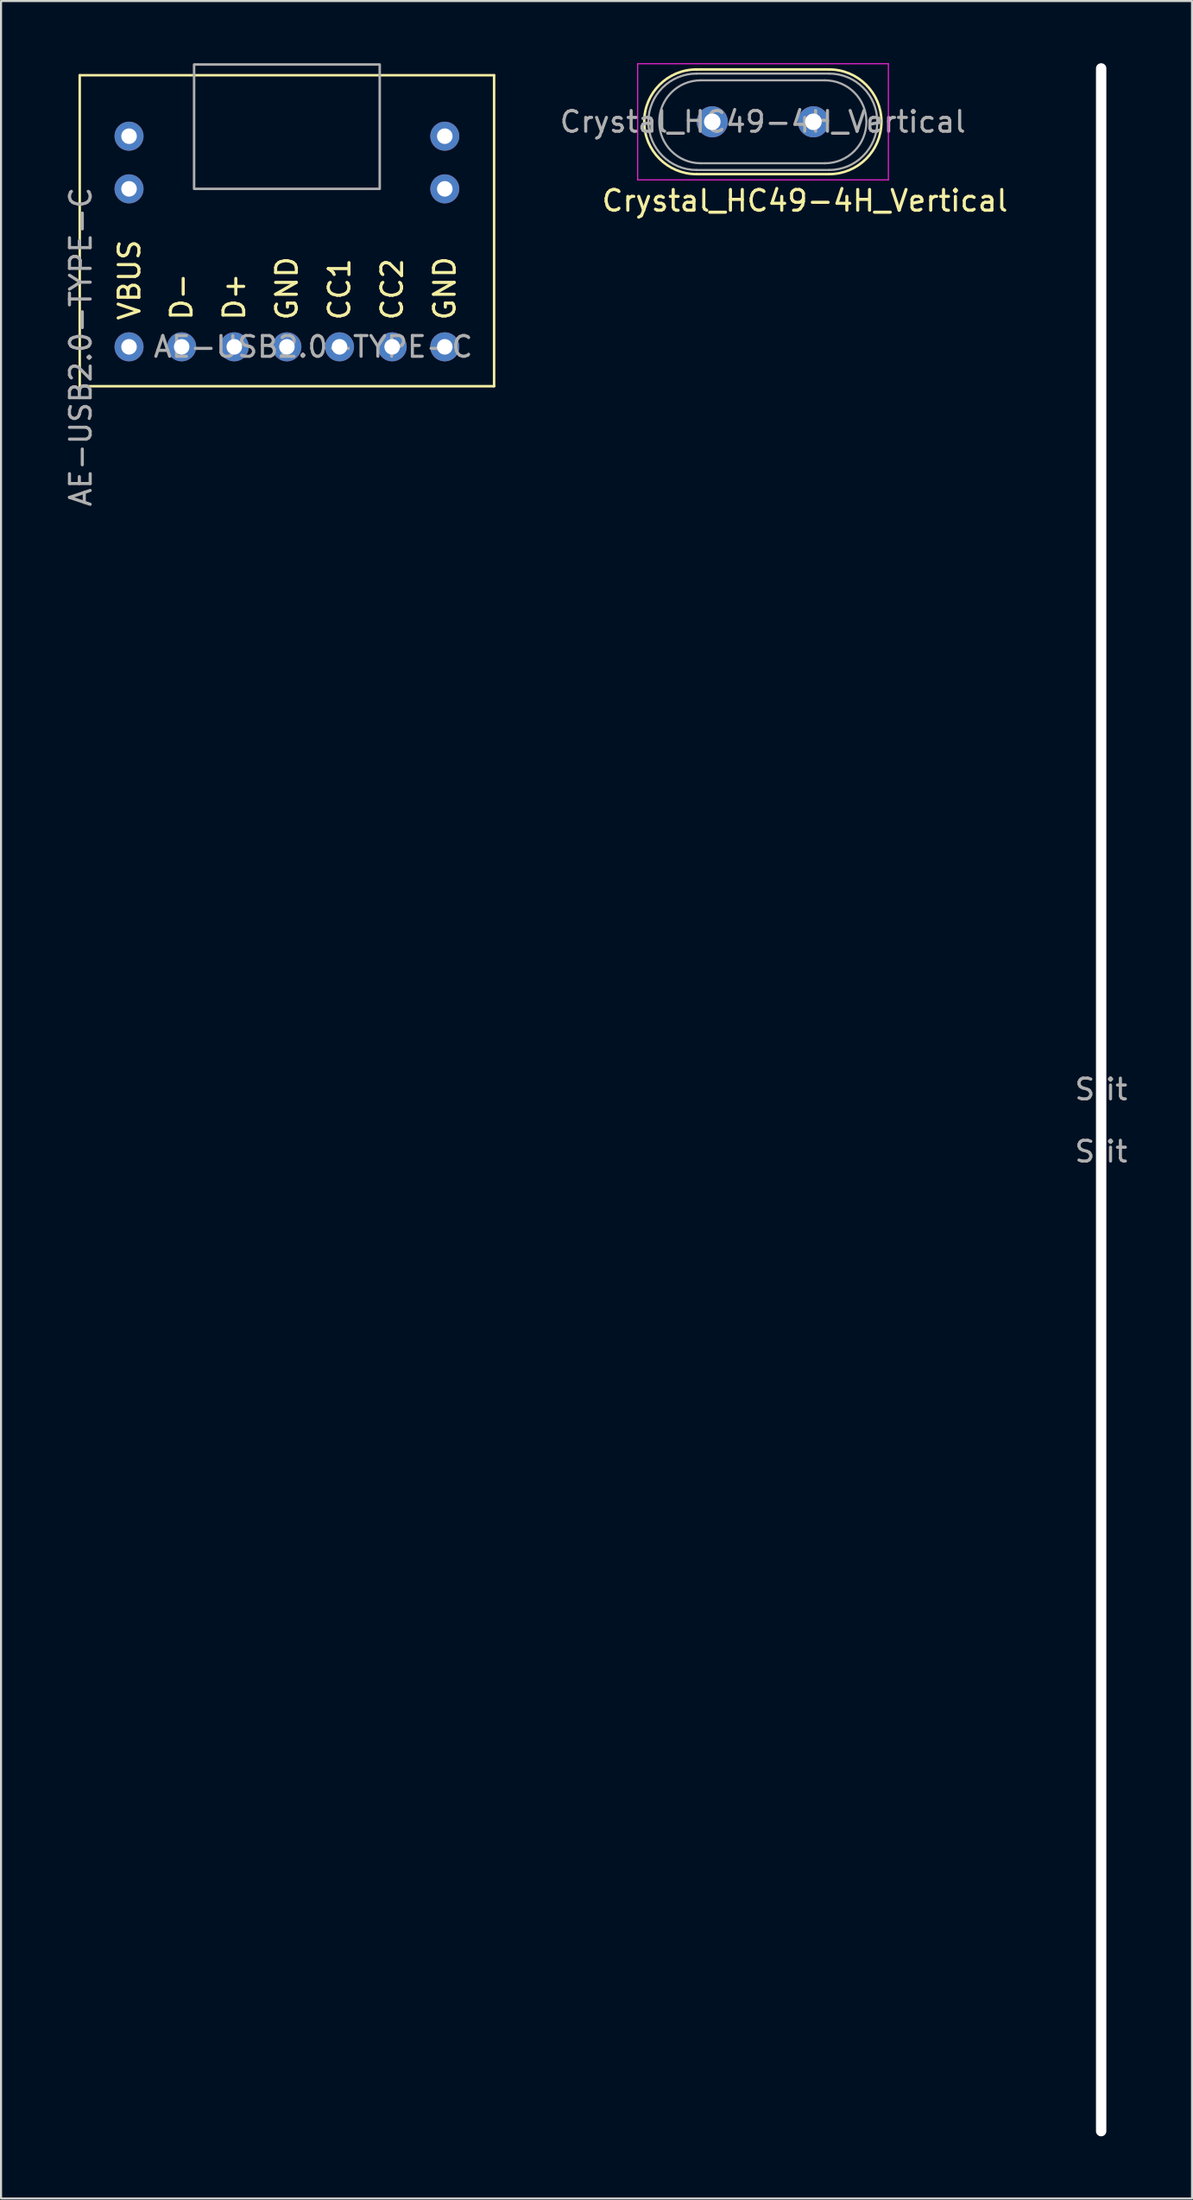
<source format=kicad_pcb>
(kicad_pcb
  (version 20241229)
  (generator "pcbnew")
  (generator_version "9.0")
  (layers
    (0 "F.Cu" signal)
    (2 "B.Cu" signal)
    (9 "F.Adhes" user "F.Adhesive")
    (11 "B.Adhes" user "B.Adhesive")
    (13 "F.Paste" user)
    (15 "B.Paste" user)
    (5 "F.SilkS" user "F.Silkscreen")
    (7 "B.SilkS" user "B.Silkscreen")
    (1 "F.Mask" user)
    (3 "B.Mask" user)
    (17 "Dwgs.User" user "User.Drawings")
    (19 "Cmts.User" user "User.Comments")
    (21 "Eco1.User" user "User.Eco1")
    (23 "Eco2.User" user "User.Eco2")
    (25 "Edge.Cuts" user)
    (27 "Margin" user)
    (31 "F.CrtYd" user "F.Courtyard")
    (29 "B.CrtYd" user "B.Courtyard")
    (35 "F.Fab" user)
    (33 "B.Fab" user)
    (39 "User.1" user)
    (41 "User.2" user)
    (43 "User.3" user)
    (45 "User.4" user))
  (footprint "Crystal_HC49-4H_Vertical"
    (layer "F.Cu")
    (at 33.769 2.825)
    (property "Reference" "Crystal_HC49-4H_Vertical" (at 2.032 3.81 0) (layer "F.SilkS") (effects (font (size 1 1) (thickness 0.15))))
    (attr through_hole)
    (fp_line (start -3.2 -2.525) (end 3.2 -2.525) (stroke (width 0.12) (type solid)) (layer "F.SilkS"))
    (fp_line (start -3.2 2.525) (end 3.2 2.525) (stroke (width 0.12) (type solid)) (layer "F.SilkS"))
    (fp_arc (start -3.2 2.525) (mid -5.725 0) (end -3.2 -2.525) (stroke (width 0.12) (type solid)) (layer "F.SilkS"))
    (fp_arc (start 3.2 -2.525) (mid 5.725 0) (end 3.2 2.525) (stroke (width 0.12) (type solid)) (layer "F.SilkS"))
    (fp_line (start -6.04 -2.8) (end -6.04 2.8) (stroke (width 0.05) (type solid)) (layer "F.CrtYd"))
    (fp_line (start -6.04 2.8) (end 6.06 2.8) (stroke (width 0.05) (type solid)) (layer "F.CrtYd"))
    (fp_line (start 6.06 -2.8) (end -6.04 -2.8) (stroke (width 0.05) (type solid)) (layer "F.CrtYd"))
    (fp_line (start 6.06 2.8) (end 6.06 -2.8) (stroke (width 0.05) (type solid)) (layer "F.CrtYd"))
    (fp_line (start -3.2 -2.325) (end 3.2 -2.325) (stroke (width 0.1) (type solid)) (layer "F.Fab"))
    (fp_line (start -3.2 2.325) (end 3.2 2.325) (stroke (width 0.1) (type solid)) (layer "F.Fab"))
    (fp_line (start -3 -2) (end 3 -2) (stroke (width 0.1) (type solid)) (layer "F.Fab"))
    (fp_line (start -3 2) (end 3 2) (stroke (width 0.1) (type solid)) (layer "F.Fab"))
    (fp_arc (start -3.2 2.325) (mid -5.525 0) (end -3.2 -2.325) (stroke (width 0.1) (type solid)) (layer "F.Fab"))
    (fp_arc (start -3 2) (mid -5 0) (end -3 -2) (stroke (width 0.1) (type solid)) (layer "F.Fab"))
    (fp_arc (start 3 -2) (mid 5 0) (end 3 2) (stroke (width 0.1) (type solid)) (layer "F.Fab"))
    (fp_arc (start 3.2 -2.325) (mid 5.525 0) (end 3.2 2.325) (stroke (width 0.1) (type solid)) (layer "F.Fab"))
    (fp_text user "${REFERENCE}" (at 0 0 0) (layer "F.Fab") (effects (font (size 1 1) (thickness 0.15))))
    (pad "1" thru_hole circle (at -2.44 0) (size 1.5 1.5) (drill 0.8) (layers "*.Cu" "*.Mask"))
    (pad "2" thru_hole circle (at 2.44 0) (size 1.5 1.5) (drill 0.8) (layers "*.Cu" "*.Mask")))
  (footprint "AE-USB2.0-TYPE-C"
    (layer "F.Cu")
    (at 10.798 13.68)
    (property "Reference" "AE-USB2.0-TYPE-C" (at -9.95 0 90) (layer "F.Fab") (effects (font (size 1 1) (thickness 0.15))))
    (fp_line (start -10 -13.1) (end 10 -13.1) (stroke (width 0.12) (type solid)) (layer "F.SilkS"))
    (fp_line (start -10 1.9) (end -10 -13.1) (stroke (width 0.12) (type solid)) (layer "F.SilkS"))
    (fp_line (start -10 1.9) (end 10 1.9) (stroke (width 0.12) (type solid)) (layer "F.SilkS"))
    (fp_line (start 10 1.9) (end 10 -13.1) (stroke (width 0.12) (type solid)) (layer "F.SilkS"))
    (fp_rect (start -4.48 -13.62) (end 4.48 -7.62) (stroke (width 0.12) (type solid)) (fill no) (layer "F.Fab"))
    (fp_text user "VBUS" (at -7.6 -1.2 90) (unlocked yes) (layer "F.SilkS") (effects (font (size 1 1) (thickness 0.15)) (justify left)))
    (fp_text user "GND" (at 0 -1.2 90) (unlocked yes) (layer "F.SilkS") (effects (font (size 1 1) (thickness 0.15)) (justify left)))
    (fp_text user "D+" (at -2.54 -1.2 90) (unlocked yes) (layer "F.SilkS") (effects (font (size 1 1) (thickness 0.15)) (justify left)))
    (fp_text user "CC1" (at 2.54 -1.2 90) (unlocked yes) (layer "F.SilkS") (effects (font (size 1 1) (thickness 0.15)) (justify left)))
    (fp_text user "CC2" (at 5.08 -1.2 90) (unlocked yes) (layer "F.SilkS") (effects (font (size 1 1) (thickness 0.15)) (justify left)))
    (fp_text user "GND" (at 7.62 -1.2 90) (unlocked yes) (layer "F.SilkS") (effects (font (size 1 1) (thickness 0.15)) (justify left)))
    (fp_text user "D-" (at -5.08 -1.2 90) (unlocked yes) (layer "F.SilkS") (effects (font (size 1 1) (thickness 0.15)) (justify left)))
    (fp_text user "${REFERENCE}" (at 1.27 0 180) (layer "F.Fab") (effects (font (size 1 1) (thickness 0.15))))
    (pad "" thru_hole circle (at -7.62 -10.16 90) (size 1.4 1.4) (drill 0.75) (layers "*.Cu" "*.Mask"))
    (pad "" thru_hole circle (at -7.62 -7.62 90) (size 1.4 1.4) (drill 0.75) (layers "*.Cu" "*.Mask"))
    (pad "" thru_hole circle (at 7.62 -10.16 90) (size 1.4 1.4) (drill 0.75) (layers "*.Cu" "*.Mask"))
    (pad "" thru_hole circle (at 7.62 -7.62 90) (size 1.4 1.4) (drill 0.75) (layers "*.Cu" "*.Mask"))
    (pad "1" thru_hole circle (at -7.62 0 90) (size 1.4 1.4) (drill 0.75) (layers "*.Cu" "*.Mask"))
    (pad "2" thru_hole circle (at -5.08 0 90) (size 1.4 1.4) (drill 0.75) (layers "*.Cu" "*.Mask"))
    (pad "3" thru_hole circle (at -2.54 0 90) (size 1.4 1.4) (drill 0.75) (layers "*.Cu" "*.Mask"))
    (pad "4" thru_hole circle (at 0 0 90) (size 1.4 1.4) (drill 0.75) (layers "*.Cu" "*.Mask"))
    (pad "5" thru_hole circle (at 2.54 0 90) (size 1.4 1.4) (drill 0.75) (layers "*.Cu" "*.Mask"))
    (pad "6" thru_hole circle (at 5.08 0 90) (size 1.4 1.4) (drill 0.75) (layers "*.Cu" "*.Mask"))
    (pad "7" thru_hole circle (at 7.62 0 90) (size 1.4 1.4) (drill 0.75) (layers "*.Cu" "*.Mask")))
  (footprint "Slit"
    (layer "F.Cu")
    (at 50.099 50)
    (property "Reference" "Slit" (at 0 -0.5 0) (unlocked yes) (layer "F.Fab") (effects (font (size 1 1) (thickness 0.15))))
    (fp_text user "${REFERENCE}" (at 0 2.5 0) (unlocked yes) (layer "F.Fab") (effects (font (size 1 1) (thickness 0.15))))
    (pad "" np_thru_hole oval (at 0 0) (size 0.5 100) (drill oval 0.5 100) (layers "*.Cu" "*.Mask")))
  (gr_rect
    (start -3 -3)
    (end 54.485 103)
    (stroke (width 0.1) (type default))
    (fill no)
    (layer "Edge.Cuts")))
</source>
